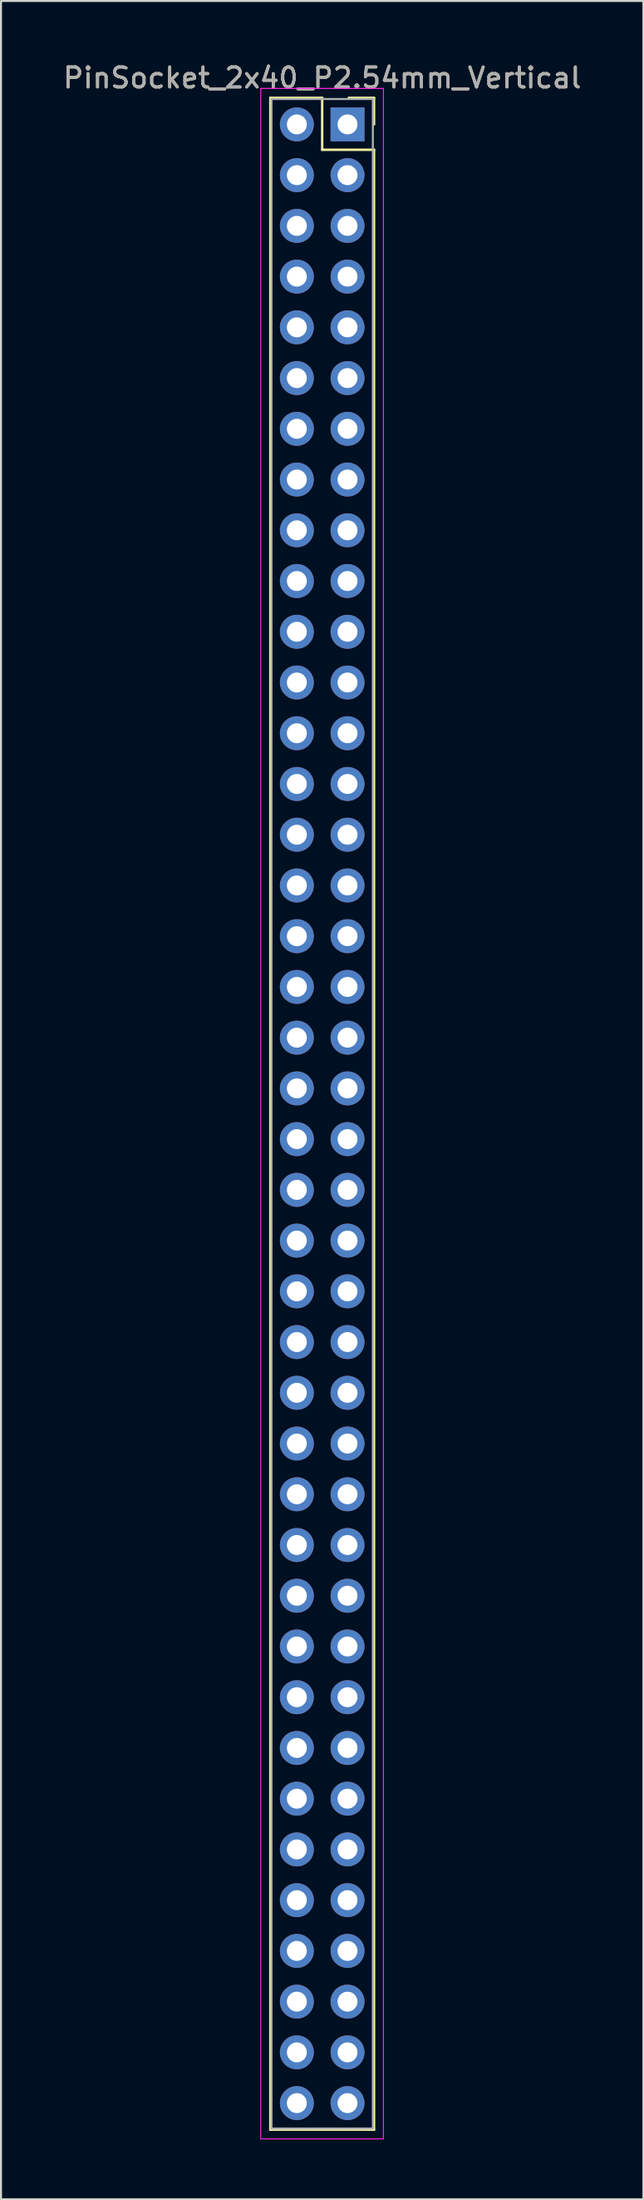
<source format=kicad_pcb>
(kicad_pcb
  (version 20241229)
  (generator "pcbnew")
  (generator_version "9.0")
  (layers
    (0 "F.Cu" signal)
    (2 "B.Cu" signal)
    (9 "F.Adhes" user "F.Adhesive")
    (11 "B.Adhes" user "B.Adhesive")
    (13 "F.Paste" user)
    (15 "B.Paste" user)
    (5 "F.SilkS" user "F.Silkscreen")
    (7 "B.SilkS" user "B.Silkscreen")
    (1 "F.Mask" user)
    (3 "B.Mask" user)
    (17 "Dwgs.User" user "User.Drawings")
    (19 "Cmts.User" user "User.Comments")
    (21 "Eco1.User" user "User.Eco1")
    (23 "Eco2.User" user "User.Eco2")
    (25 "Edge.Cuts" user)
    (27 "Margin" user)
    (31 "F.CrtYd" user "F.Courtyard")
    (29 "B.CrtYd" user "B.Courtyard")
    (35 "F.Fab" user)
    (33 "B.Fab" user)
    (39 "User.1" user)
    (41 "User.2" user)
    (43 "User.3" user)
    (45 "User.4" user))
  (footprint "PinSocket_2x40_P2.54mm_Vertical"
    (layer "F.Cu")
    (at 14.371 3.178)
    (property "Reference" "PinSocket_2x40_P2.54mm_Vertical" (at -1.27 -2.33 0) (layer "F.SilkS") (effects (font (size 1 1) (thickness 0.15))))
    (attr through_hole)
    (fp_line (start -3.87 -1.33) (end -1.27 -1.33) (stroke (width 0.12) (type solid)) (layer "F.SilkS"))
    (fp_line (start -3.87 100.39) (end -3.87 -1.33) (stroke (width 0.12) (type solid)) (layer "F.SilkS"))
    (fp_line (start -1.27 -1.33) (end -1.27 1.27) (stroke (width 0.12) (type solid)) (layer "F.SilkS"))
    (fp_line (start -1.27 1.27) (end 1.33 1.27) (stroke (width 0.12) (type solid)) (layer "F.SilkS"))
    (fp_line (start 1.33 -1.33) (end 0.06 -1.33) (stroke (width 0.12) (type solid)) (layer "F.SilkS"))
    (fp_line (start 1.33 0) (end 1.33 -1.33) (stroke (width 0.12) (type solid)) (layer "F.SilkS"))
    (fp_line (start 1.33 1.27) (end 1.33 100.39) (stroke (width 0.12) (type solid)) (layer "F.SilkS"))
    (fp_line (start 1.33 100.39) (end -3.87 100.39) (stroke (width 0.12) (type solid)) (layer "F.SilkS"))
    (fp_line (start -4.35 -1.8) (end -4.35 100.85) (stroke (width 0.05) (type solid)) (layer "F.CrtYd"))
    (fp_line (start -4.35 100.85) (end 1.8 100.85) (stroke (width 0.05) (type solid)) (layer "F.CrtYd"))
    (fp_line (start 1.8 -1.8) (end -4.35 -1.8) (stroke (width 0.05) (type solid)) (layer "F.CrtYd"))
    (fp_line (start 1.8 100.85) (end 1.8 -1.8) (stroke (width 0.05) (type solid)) (layer "F.CrtYd"))
    (fp_line (start -3.81 -1.27) (end -3.81 100.33) (stroke (width 0.1) (type solid)) (layer "F.Fab"))
    (fp_line (start -3.81 100.33) (end 1.27 100.33) (stroke (width 0.1) (type solid)) (layer "F.Fab"))
    (fp_line (start 1.27 -1.27) (end -3.81 -1.27) (stroke (width 0.1) (type solid)) (layer "F.Fab"))
    (fp_line (start 1.27 100.33) (end 1.27 -1.27) (stroke (width 0.1) (type solid)) (layer "F.Fab"))
    (fp_text user "${REFERENCE}" (at -1.27 -2.33 0) (layer "F.Fab") (effects (font (size 1 1) (thickness 0.15))))
    (pad "1" thru_hole rect (at 0 0) (size 1.7 1.7) (drill 1) (layers "*.Cu" "*.Mask"))
    (pad "2" thru_hole oval (at -2.54 0) (size 1.7 1.7) (drill 1) (layers "*.Cu" "*.Mask"))
    (pad "3" thru_hole oval (at 0 2.54) (size 1.7 1.7) (drill 1) (layers "*.Cu" "*.Mask"))
    (pad "4" thru_hole oval (at -2.54 2.54) (size 1.7 1.7) (drill 1) (layers "*.Cu" "*.Mask"))
    (pad "5" thru_hole oval (at 0 5.08) (size 1.7 1.7) (drill 1) (layers "*.Cu" "*.Mask"))
    (pad "6" thru_hole oval (at -2.54 5.08) (size 1.7 1.7) (drill 1) (layers "*.Cu" "*.Mask"))
    (pad "7" thru_hole oval (at 0 7.62) (size 1.7 1.7) (drill 1) (layers "*.Cu" "*.Mask"))
    (pad "8" thru_hole oval (at -2.54 7.62) (size 1.7 1.7) (drill 1) (layers "*.Cu" "*.Mask"))
    (pad "9" thru_hole oval (at 0 10.16) (size 1.7 1.7) (drill 1) (layers "*.Cu" "*.Mask"))
    (pad "10" thru_hole oval (at -2.54 10.16) (size 1.7 1.7) (drill 1) (layers "*.Cu" "*.Mask"))
    (pad "11" thru_hole oval (at 0 12.7) (size 1.7 1.7) (drill 1) (layers "*.Cu" "*.Mask"))
    (pad "12" thru_hole oval (at -2.54 12.7) (size 1.7 1.7) (drill 1) (layers "*.Cu" "*.Mask"))
    (pad "13" thru_hole oval (at 0 15.24) (size 1.7 1.7) (drill 1) (layers "*.Cu" "*.Mask"))
    (pad "14" thru_hole oval (at -2.54 15.24) (size 1.7 1.7) (drill 1) (layers "*.Cu" "*.Mask"))
    (pad "15" thru_hole oval (at 0 17.78) (size 1.7 1.7) (drill 1) (layers "*.Cu" "*.Mask"))
    (pad "16" thru_hole oval (at -2.54 17.78) (size 1.7 1.7) (drill 1) (layers "*.Cu" "*.Mask"))
    (pad "17" thru_hole oval (at 0 20.32) (size 1.7 1.7) (drill 1) (layers "*.Cu" "*.Mask"))
    (pad "18" thru_hole oval (at -2.54 20.32) (size 1.7 1.7) (drill 1) (layers "*.Cu" "*.Mask"))
    (pad "19" thru_hole oval (at 0 22.86) (size 1.7 1.7) (drill 1) (layers "*.Cu" "*.Mask"))
    (pad "20" thru_hole oval (at -2.54 22.86) (size 1.7 1.7) (drill 1) (layers "*.Cu" "*.Mask"))
    (pad "21" thru_hole oval (at 0 25.4) (size 1.7 1.7) (drill 1) (layers "*.Cu" "*.Mask"))
    (pad "22" thru_hole oval (at -2.54 25.4) (size 1.7 1.7) (drill 1) (layers "*.Cu" "*.Mask"))
    (pad "23" thru_hole oval (at 0 27.94) (size 1.7 1.7) (drill 1) (layers "*.Cu" "*.Mask"))
    (pad "24" thru_hole oval (at -2.54 27.94) (size 1.7 1.7) (drill 1) (layers "*.Cu" "*.Mask"))
    (pad "25" thru_hole oval (at 0 30.48) (size 1.7 1.7) (drill 1) (layers "*.Cu" "*.Mask"))
    (pad "26" thru_hole oval (at -2.54 30.48) (size 1.7 1.7) (drill 1) (layers "*.Cu" "*.Mask"))
    (pad "27" thru_hole oval (at 0 33.02) (size 1.7 1.7) (drill 1) (layers "*.Cu" "*.Mask"))
    (pad "28" thru_hole oval (at -2.54 33.02) (size 1.7 1.7) (drill 1) (layers "*.Cu" "*.Mask"))
    (pad "29" thru_hole oval (at 0 35.56) (size 1.7 1.7) (drill 1) (layers "*.Cu" "*.Mask"))
    (pad "30" thru_hole oval (at -2.54 35.56) (size 1.7 1.7) (drill 1) (layers "*.Cu" "*.Mask"))
    (pad "31" thru_hole oval (at 0 38.1) (size 1.7 1.7) (drill 1) (layers "*.Cu" "*.Mask"))
    (pad "32" thru_hole oval (at -2.54 38.1) (size 1.7 1.7) (drill 1) (layers "*.Cu" "*.Mask"))
    (pad "33" thru_hole oval (at 0 40.64) (size 1.7 1.7) (drill 1) (layers "*.Cu" "*.Mask"))
    (pad "34" thru_hole oval (at -2.54 40.64) (size 1.7 1.7) (drill 1) (layers "*.Cu" "*.Mask"))
    (pad "35" thru_hole oval (at 0 43.18) (size 1.7 1.7) (drill 1) (layers "*.Cu" "*.Mask"))
    (pad "36" thru_hole oval (at -2.54 43.18) (size 1.7 1.7) (drill 1) (layers "*.Cu" "*.Mask"))
    (pad "37" thru_hole oval (at 0 45.72) (size 1.7 1.7) (drill 1) (layers "*.Cu" "*.Mask"))
    (pad "38" thru_hole oval (at -2.54 45.72) (size 1.7 1.7) (drill 1) (layers "*.Cu" "*.Mask"))
    (pad "39" thru_hole oval (at 0 48.26) (size 1.7 1.7) (drill 1) (layers "*.Cu" "*.Mask"))
    (pad "40" thru_hole oval (at -2.54 48.26) (size 1.7 1.7) (drill 1) (layers "*.Cu" "*.Mask"))
    (pad "41" thru_hole oval (at 0 50.8) (size 1.7 1.7) (drill 1) (layers "*.Cu" "*.Mask"))
    (pad "42" thru_hole oval (at -2.54 50.8) (size 1.7 1.7) (drill 1) (layers "*.Cu" "*.Mask"))
    (pad "43" thru_hole oval (at 0 53.34) (size 1.7 1.7) (drill 1) (layers "*.Cu" "*.Mask"))
    (pad "44" thru_hole oval (at -2.54 53.34) (size 1.7 1.7) (drill 1) (layers "*.Cu" "*.Mask"))
    (pad "45" thru_hole oval (at 0 55.88) (size 1.7 1.7) (drill 1) (layers "*.Cu" "*.Mask"))
    (pad "46" thru_hole oval (at -2.54 55.88) (size 1.7 1.7) (drill 1) (layers "*.Cu" "*.Mask"))
    (pad "47" thru_hole oval (at 0 58.42) (size 1.7 1.7) (drill 1) (layers "*.Cu" "*.Mask"))
    (pad "48" thru_hole oval (at -2.54 58.42) (size 1.7 1.7) (drill 1) (layers "*.Cu" "*.Mask"))
    (pad "49" thru_hole oval (at 0 60.96) (size 1.7 1.7) (drill 1) (layers "*.Cu" "*.Mask"))
    (pad "50" thru_hole oval (at -2.54 60.96) (size 1.7 1.7) (drill 1) (layers "*.Cu" "*.Mask"))
    (pad "51" thru_hole oval (at 0 63.5) (size 1.7 1.7) (drill 1) (layers "*.Cu" "*.Mask"))
    (pad "52" thru_hole oval (at -2.54 63.5) (size 1.7 1.7) (drill 1) (layers "*.Cu" "*.Mask"))
    (pad "53" thru_hole oval (at 0 66.04) (size 1.7 1.7) (drill 1) (layers "*.Cu" "*.Mask"))
    (pad "54" thru_hole oval (at -2.54 66.04) (size 1.7 1.7) (drill 1) (layers "*.Cu" "*.Mask"))
    (pad "55" thru_hole oval (at 0 68.58) (size 1.7 1.7) (drill 1) (layers "*.Cu" "*.Mask"))
    (pad "56" thru_hole oval (at -2.54 68.58) (size 1.7 1.7) (drill 1) (layers "*.Cu" "*.Mask"))
    (pad "57" thru_hole oval (at 0 71.12) (size 1.7 1.7) (drill 1) (layers "*.Cu" "*.Mask"))
    (pad "58" thru_hole oval (at -2.54 71.12) (size 1.7 1.7) (drill 1) (layers "*.Cu" "*.Mask"))
    (pad "59" thru_hole oval (at 0 73.66) (size 1.7 1.7) (drill 1) (layers "*.Cu" "*.Mask"))
    (pad "60" thru_hole oval (at -2.54 73.66) (size 1.7 1.7) (drill 1) (layers "*.Cu" "*.Mask"))
    (pad "61" thru_hole oval (at 0 76.2) (size 1.7 1.7) (drill 1) (layers "*.Cu" "*.Mask"))
    (pad "62" thru_hole oval (at -2.54 76.2) (size 1.7 1.7) (drill 1) (layers "*.Cu" "*.Mask"))
    (pad "63" thru_hole oval (at 0 78.74) (size 1.7 1.7) (drill 1) (layers "*.Cu" "*.Mask"))
    (pad "64" thru_hole oval (at -2.54 78.74) (size 1.7 1.7) (drill 1) (layers "*.Cu" "*.Mask"))
    (pad "65" thru_hole oval (at 0 81.28) (size 1.7 1.7) (drill 1) (layers "*.Cu" "*.Mask"))
    (pad "66" thru_hole oval (at -2.54 81.28) (size 1.7 1.7) (drill 1) (layers "*.Cu" "*.Mask"))
    (pad "67" thru_hole oval (at 0 83.82) (size 1.7 1.7) (drill 1) (layers "*.Cu" "*.Mask"))
    (pad "68" thru_hole oval (at -2.54 83.82) (size 1.7 1.7) (drill 1) (layers "*.Cu" "*.Mask"))
    (pad "69" thru_hole oval (at 0 86.36) (size 1.7 1.7) (drill 1) (layers "*.Cu" "*.Mask"))
    (pad "70" thru_hole oval (at -2.54 86.36) (size 1.7 1.7) (drill 1) (layers "*.Cu" "*.Mask"))
    (pad "71" thru_hole oval (at 0 88.9) (size 1.7 1.7) (drill 1) (layers "*.Cu" "*.Mask"))
    (pad "72" thru_hole oval (at -2.54 88.9) (size 1.7 1.7) (drill 1) (layers "*.Cu" "*.Mask"))
    (pad "73" thru_hole oval (at 0 91.44) (size 1.7 1.7) (drill 1) (layers "*.Cu" "*.Mask"))
    (pad "74" thru_hole oval (at -2.54 91.44) (size 1.7 1.7) (drill 1) (layers "*.Cu" "*.Mask"))
    (pad "75" thru_hole oval (at 0 93.98) (size 1.7 1.7) (drill 1) (layers "*.Cu" "*.Mask"))
    (pad "76" thru_hole oval (at -2.54 93.98) (size 1.7 1.7) (drill 1) (layers "*.Cu" "*.Mask"))
    (pad "77" thru_hole oval (at 0 96.52) (size 1.7 1.7) (drill 1) (layers "*.Cu" "*.Mask"))
    (pad "78" thru_hole oval (at -2.54 96.52) (size 1.7 1.7) (drill 1) (layers "*.Cu" "*.Mask"))
    (pad "79" thru_hole oval (at 0 99.06) (size 1.7 1.7) (drill 1) (layers "*.Cu" "*.Mask"))
    (pad "80" thru_hole oval (at -2.54 99.06) (size 1.7 1.7) (drill 1) (layers "*.Cu" "*.Mask")))
  (gr_rect
    (start -3 -3)
    (end 29.202 107.053)
    (stroke (width 0.1) (type default))
    (fill no)
    (layer "Edge.Cuts")))
</source>
